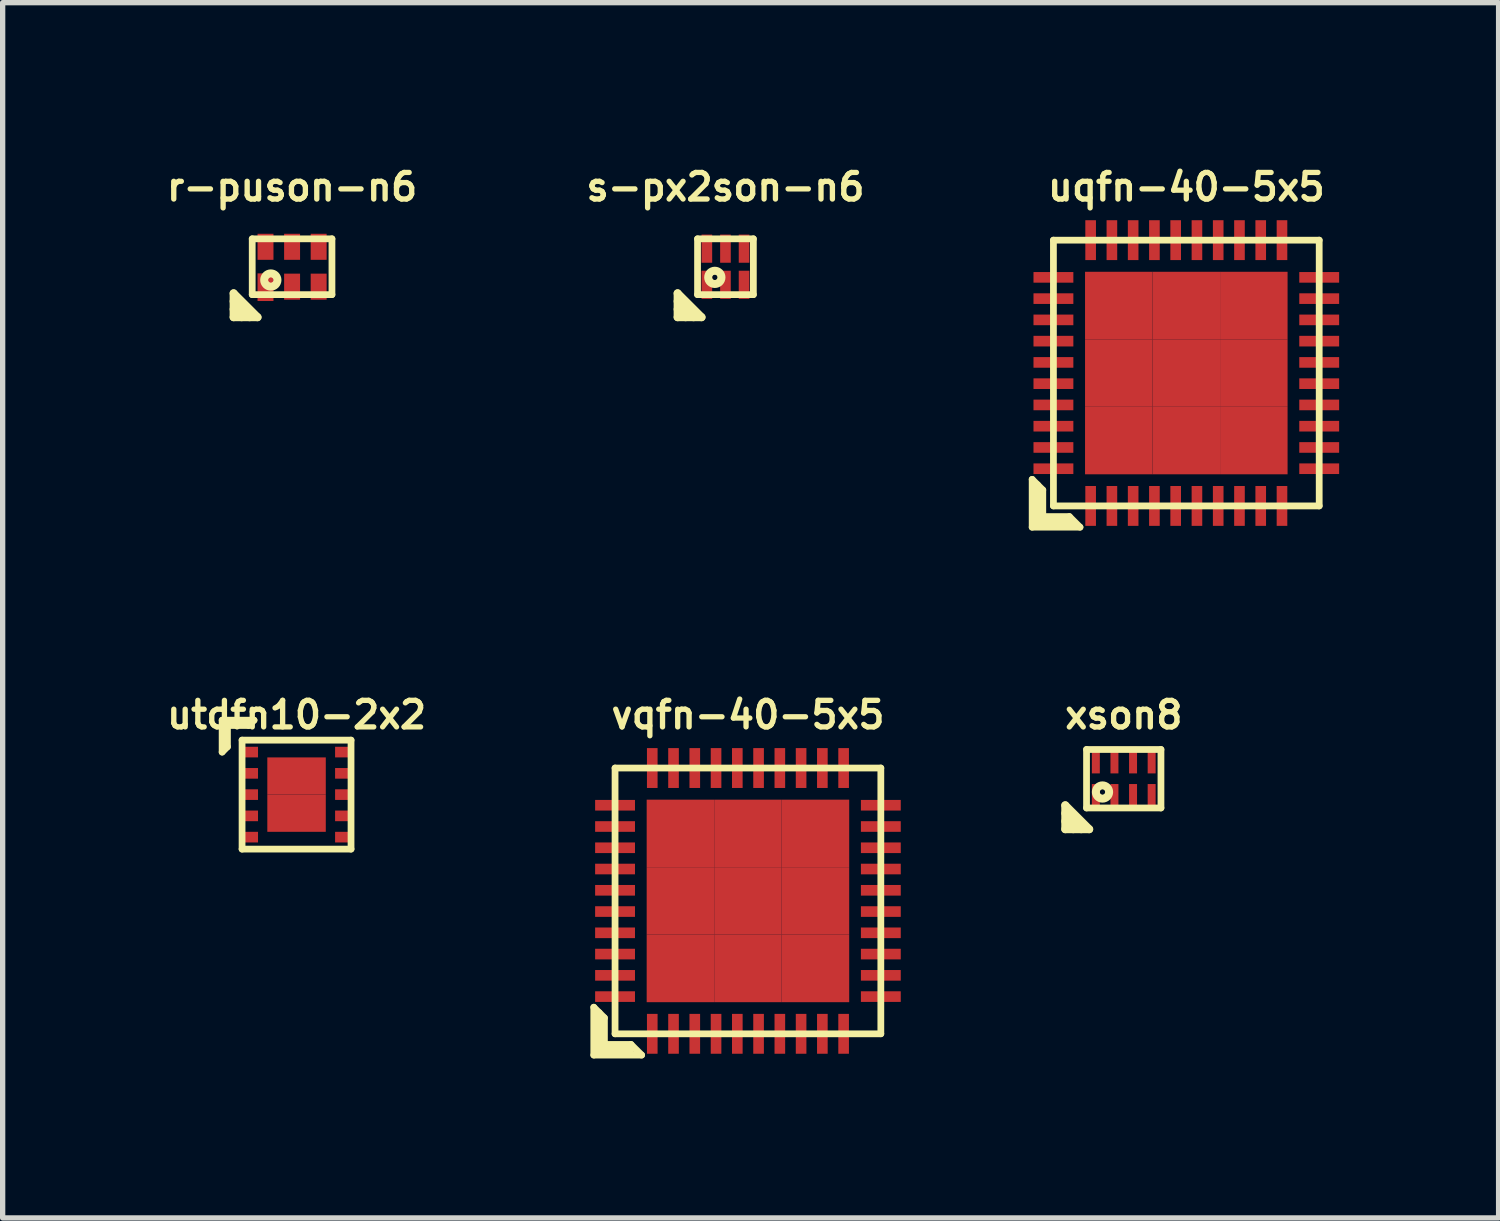
<source format=kicad_pcb>
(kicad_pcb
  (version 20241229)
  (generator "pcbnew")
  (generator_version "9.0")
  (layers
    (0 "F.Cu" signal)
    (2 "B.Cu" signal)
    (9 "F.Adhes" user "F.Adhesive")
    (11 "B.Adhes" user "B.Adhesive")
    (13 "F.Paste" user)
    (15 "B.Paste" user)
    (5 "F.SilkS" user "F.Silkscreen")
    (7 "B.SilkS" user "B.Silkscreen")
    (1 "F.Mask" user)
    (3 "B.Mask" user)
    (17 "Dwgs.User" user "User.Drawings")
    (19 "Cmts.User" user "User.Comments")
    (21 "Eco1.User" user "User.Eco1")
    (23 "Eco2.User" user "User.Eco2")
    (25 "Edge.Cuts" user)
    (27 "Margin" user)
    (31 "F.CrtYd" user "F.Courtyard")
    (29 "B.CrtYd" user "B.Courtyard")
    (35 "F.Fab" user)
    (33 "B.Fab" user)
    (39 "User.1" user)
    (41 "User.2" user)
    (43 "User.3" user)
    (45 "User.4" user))
  (footprint "utdfn10-2x2"
    (layer "F.Cu")
    (at 2.529 11.899)
    (property "Reference" "utdfn10-2x2" (at 0 -1.5 0) (layer "F.SilkS") (effects (font (size 0.5 0.5) (thickness 0.1))))
    (attr through_hole)
    (fp_line (start -1.4 -1.4) (end -0.8 -1.4) (stroke (width 0.127) (type solid)) (layer "F.SilkS"))
    (fp_line (start -1.4 -0.8) (end -1.4 -1.4) (stroke (width 0.127) (type solid)) (layer "F.SilkS"))
    (fp_line (start -1.3 -1.3) (end -1.3 -0.9) (stroke (width 0.127) (type solid)) (layer "F.SilkS"))
    (fp_line (start -1.3 -0.9) (end -1.4 -0.8) (stroke (width 0.127) (type solid)) (layer "F.SilkS"))
    (fp_line (start -1.025 -1.025) (end -1.025 1.025) (stroke (width 0.127) (type solid)) (layer "F.SilkS"))
    (fp_line (start -1.025 1.025) (end 1.025 1.025) (stroke (width 0.127) (type solid)) (layer "F.SilkS"))
    (fp_line (start -0.9 -1.3) (end -1.3 -1.3) (stroke (width 0.127) (type solid)) (layer "F.SilkS"))
    (fp_line (start -0.8 -1.4) (end -0.9 -1.3) (stroke (width 0.127) (type solid)) (layer "F.SilkS"))
    (fp_line (start 1.025 -1.025) (end -1.025 -1.025) (stroke (width 0.127) (type solid)) (layer "F.SilkS"))
    (fp_line (start 1.025 1.025) (end 1.025 -1.025) (stroke (width 0.127) (type solid)) (layer "F.SilkS"))
    (pad "1" smd rect (at -0.875 -0.8) (size 0.3 0.2) (layers "F.Cu" "F.Mask" "F.Paste"))
    (pad "2" smd rect (at -0.875 -0.4) (size 0.3 0.2) (layers "F.Cu" "F.Mask" "F.Paste"))
    (pad "3" smd rect (at -0.875 0) (size 0.3 0.2) (layers "F.Cu" "F.Mask" "F.Paste"))
    (pad "4" smd rect (at -0.875 0.4) (size 0.3 0.2) (layers "F.Cu" "F.Mask" "F.Paste"))
    (pad "5" smd rect (at -0.875 0.8) (size 0.3 0.2) (layers "F.Cu" "F.Mask" "F.Paste"))
    (pad "6" smd rect (at 0.875 0.8) (size 0.3 0.2) (layers "F.Cu" "F.Mask" "F.Paste"))
    (pad "7" smd rect (at 0.875 0.4) (size 0.3 0.2) (layers "F.Cu" "F.Mask" "F.Paste"))
    (pad "8" smd rect (at 0.875 0) (size 0.3 0.2) (layers "F.Cu" "F.Mask" "F.Paste"))
    (pad "9" smd rect (at 0.875 -0.4) (size 0.3 0.2) (layers "F.Cu" "F.Mask" "F.Paste"))
    (pad "10" smd rect (at 0.875 -0.8) (size 0.3 0.2) (layers "F.Cu" "F.Mask" "F.Paste"))
    (pad "11" smd rect (at 0 -0.35) (size 1.1 0.7) (layers "F.Cu" "F.Mask" "F.Paste"))
    (pad "11" smd rect (at 0 0.35) (size 1.1 0.7) (layers "F.Cu" "F.Mask" "F.Paste")))
  (footprint "xson8"
    (layer "F.Cu")
    (at 18.091 11.6)
    (property "Reference" "xson8" (at 0 -1.2 0) (layer "F.SilkS") (effects (font (size 0.5 0.5) (thickness 0.1))))
    (attr through_hole)
    (fp_line (start -1.1 0.5) (end -1.1 0.95) (stroke (width 0.15) (type solid)) (layer "F.SilkS"))
    (fp_line (start -1.1 0.95) (end -0.65 0.95) (stroke (width 0.15) (type solid)) (layer "F.SilkS"))
    (fp_line (start -0.95 0.95) (end -1.1 0.8) (stroke (width 0.15) (type solid)) (layer "F.SilkS"))
    (fp_line (start -0.8 0.95) (end -1.1 0.65) (stroke (width 0.15) (type solid)) (layer "F.SilkS"))
    (fp_line (start -0.7 -0.55) (end 0.7 -0.55) (stroke (width 0.127) (type solid)) (layer "F.SilkS"))
    (fp_line (start -0.7 0.55) (end -0.7 -0.55) (stroke (width 0.127) (type solid)) (layer "F.SilkS"))
    (fp_line (start -0.65 0.95) (end -1.1 0.5) (stroke (width 0.15) (type solid)) (layer "F.SilkS"))
    (fp_line (start 0.7 -0.55) (end 0.7 0.55) (stroke (width 0.127) (type solid)) (layer "F.SilkS"))
    (fp_line (start 0.7 0.55) (end -0.7 0.55) (stroke (width 0.127) (type solid)) (layer "F.SilkS"))
    (fp_circle (center -0.4 0.25) (end -0.35 0.25) (stroke (width 0.15) (type solid)) (fill no) (layer "F.SilkS"))
    (fp_circle (center -0.4 0.25) (end -0.28 0.25) (stroke (width 0.127) (type solid)) (fill no) (layer "F.SilkS"))
    (pad "1" smd rect (at -0.525 0.35) (size 0.15 0.5) (layers "F.Cu" "F.Mask" "F.Paste"))
    (pad "2" smd rect (at -0.175 0.35) (size 0.15 0.5) (layers "F.Cu" "F.Mask" "F.Paste"))
    (pad "3" smd rect (at 0.175 0.35) (size 0.15 0.5) (layers "F.Cu" "F.Mask" "F.Paste"))
    (pad "4" smd rect (at 0.525 0.35) (size 0.15 0.5) (layers "F.Cu" "F.Mask" "F.Paste"))
    (pad "5" smd rect (at 0.525 -0.35) (size 0.15 0.5) (layers "F.Cu" "F.Mask" "F.Paste"))
    (pad "6" smd rect (at 0.175 -0.35) (size 0.15 0.5) (layers "F.Cu" "F.Mask" "F.Paste"))
    (pad "7" smd rect (at -0.175 -0.35) (size 0.15 0.5) (layers "F.Cu" "F.Mask" "F.Paste"))
    (pad "8" smd rect (at -0.525 -0.35) (size 0.15 0.5) (layers "F.Cu" "F.Mask" "F.Paste")))
  (footprint "uqfn-40-5x5"
    (layer "F.Cu")
    (at 19.268 3.968)
    (property "Reference" "uqfn-40-5x5" (at 0 -3.5 0) (layer "F.SilkS") (effects (font (size 0.5 0.5) (thickness 0.1))))
    (attr through_hole)
    (fp_line (start -2.9 2) (end -2.9 2.9) (stroke (width 0.127) (type solid)) (layer "F.SilkS"))
    (fp_line (start -2.9 2.9) (end -2 2.9) (stroke (width 0.127) (type solid)) (layer "F.SilkS"))
    (fp_line (start -2.8 2.8) (end -2.8 2.1) (stroke (width 0.127) (type solid)) (layer "F.SilkS"))
    (fp_line (start -2.7 2.2) (end -2.9 2) (stroke (width 0.127) (type solid)) (layer "F.SilkS"))
    (fp_line (start -2.7 2.7) (end -2.7 2.2) (stroke (width 0.127) (type solid)) (layer "F.SilkS"))
    (fp_line (start -2.5 -2.5) (end 2.5 -2.5) (stroke (width 0.127) (type solid)) (layer "F.SilkS"))
    (fp_line (start -2.5 2.5) (end -2.5 -2.5) (stroke (width 0.127) (type solid)) (layer "F.SilkS"))
    (fp_line (start -2.2 2.7) (end -2.7 2.7) (stroke (width 0.127) (type solid)) (layer "F.SilkS"))
    (fp_line (start -2.2 2.8) (end -2.8 2.8) (stroke (width 0.127) (type solid)) (layer "F.SilkS"))
    (fp_line (start -2 2.9) (end -2.2 2.7) (stroke (width 0.127) (type solid)) (layer "F.SilkS"))
    (fp_line (start 2.5 -2.5) (end 2.5 2.5) (stroke (width 0.127) (type solid)) (layer "F.SilkS"))
    (fp_line (start 2.5 2.5) (end -2.5 2.5) (stroke (width 0.127) (type solid)) (layer "F.SilkS"))
    (pad "1" smd rect (at -1.8 2.5) (size 0.2 0.75) (layers "F.Cu" "F.Mask" "F.Paste"))
    (pad "2" smd rect (at -1.4 2.5) (size 0.2 0.75) (layers "F.Cu" "F.Mask" "F.Paste"))
    (pad "3" smd rect (at -1 2.5) (size 0.2 0.75) (layers "F.Cu" "F.Mask" "F.Paste"))
    (pad "4" smd rect (at -0.6 2.5) (size 0.2 0.75) (layers "F.Cu" "F.Mask" "F.Paste"))
    (pad "5" smd rect (at -0.2 2.5) (size 0.2 0.75) (layers "F.Cu" "F.Mask" "F.Paste"))
    (pad "6" smd rect (at 0.2 2.5) (size 0.2 0.75) (layers "F.Cu" "F.Mask" "F.Paste"))
    (pad "7" smd rect (at 0.6 2.5) (size 0.2 0.75) (layers "F.Cu" "F.Mask" "F.Paste"))
    (pad "8" smd rect (at 1 2.5) (size 0.2 0.75) (layers "F.Cu" "F.Mask" "F.Paste"))
    (pad "9" smd rect (at 1.4 2.5) (size 0.2 0.75) (layers "F.Cu" "F.Mask" "F.Paste"))
    (pad "10" smd rect (at 1.8 2.5) (size 0.2 0.75) (layers "F.Cu" "F.Mask" "F.Paste"))
    (pad "11" smd rect (at 2.5 1.8) (size 0.75 0.2) (layers "F.Cu" "F.Mask" "F.Paste"))
    (pad "12" smd rect (at 2.5 1.4) (size 0.75 0.2) (layers "F.Cu" "F.Mask" "F.Paste"))
    (pad "13" smd rect (at 2.5 1) (size 0.75 0.2) (layers "F.Cu" "F.Mask" "F.Paste"))
    (pad "14" smd rect (at 2.5 0.6) (size 0.75 0.2) (layers "F.Cu" "F.Mask" "F.Paste"))
    (pad "15" smd rect (at 2.5 0.2) (size 0.75 0.2) (layers "F.Cu" "F.Mask" "F.Paste"))
    (pad "16" smd rect (at 2.5 -0.2) (size 0.75 0.2) (layers "F.Cu" "F.Mask" "F.Paste"))
    (pad "17" smd rect (at 2.5 -0.6) (size 0.75 0.2) (layers "F.Cu" "F.Mask" "F.Paste"))
    (pad "18" smd rect (at 2.5 -1) (size 0.75 0.2) (layers "F.Cu" "F.Mask" "F.Paste"))
    (pad "19" smd rect (at 2.5 -1.4) (size 0.75 0.2) (layers "F.Cu" "F.Mask" "F.Paste"))
    (pad "20" smd rect (at 2.5 -1.8) (size 0.75 0.2) (layers "F.Cu" "F.Mask" "F.Paste"))
    (pad "21" smd rect (at 1.8 -2.5) (size 0.2 0.75) (layers "F.Cu" "F.Mask" "F.Paste"))
    (pad "22" smd rect (at 1.4 -2.5) (size 0.2 0.75) (layers "F.Cu" "F.Mask" "F.Paste"))
    (pad "23" smd rect (at 1 -2.5) (size 0.2 0.75) (layers "F.Cu" "F.Mask" "F.Paste"))
    (pad "24" smd rect (at 0.6 -2.5) (size 0.2 0.75) (layers "F.Cu" "F.Mask" "F.Paste"))
    (pad "25" smd rect (at 0.2 -2.5) (size 0.2 0.75) (layers "F.Cu" "F.Mask" "F.Paste"))
    (pad "26" smd rect (at -0.2 -2.5) (size 0.2 0.75) (layers "F.Cu" "F.Mask" "F.Paste"))
    (pad "27" smd rect (at -0.6 -2.5) (size 0.2 0.75) (layers "F.Cu" "F.Mask" "F.Paste"))
    (pad "28" smd rect (at -1 -2.5) (size 0.2 0.75) (layers "F.Cu" "F.Mask" "F.Paste"))
    (pad "29" smd rect (at -1.4 -2.5) (size 0.2 0.75) (layers "F.Cu" "F.Mask" "F.Paste"))
    (pad "30" smd rect (at -1.8 -2.5) (size 0.2 0.75) (layers "F.Cu" "F.Mask" "F.Paste"))
    (pad "31" smd rect (at -2.5 -1.8) (size 0.75 0.2) (layers "F.Cu" "F.Mask" "F.Paste"))
    (pad "32" smd rect (at -2.5 -1.4) (size 0.75 0.2) (layers "F.Cu" "F.Mask" "F.Paste"))
    (pad "33" smd rect (at -2.5 -1) (size 0.75 0.2) (layers "F.Cu" "F.Mask" "F.Paste"))
    (pad "34" smd rect (at -2.5 -0.6) (size 0.75 0.2) (layers "F.Cu" "F.Mask" "F.Paste"))
    (pad "35" smd rect (at -2.5 -0.2) (size 0.75 0.2) (layers "F.Cu" "F.Mask" "F.Paste"))
    (pad "36" smd rect (at -2.5 0.2) (size 0.75 0.2) (layers "F.Cu" "F.Mask" "F.Paste"))
    (pad "37" smd rect (at -2.5 0.6) (size 0.75 0.2) (layers "F.Cu" "F.Mask" "F.Paste"))
    (pad "38" smd rect (at -2.5 1) (size 0.75 0.2) (layers "F.Cu" "F.Mask" "F.Paste"))
    (pad "39" smd rect (at -2.5 1.4) (size 0.75 0.2) (layers "F.Cu" "F.Mask" "F.Paste"))
    (pad "40" smd rect (at -2.5 1.8) (size 0.75 0.2) (layers "F.Cu" "F.Mask" "F.Paste"))
    (pad "41" smd rect (at -1.27 -1.27) (size 1.27 1.27) (layers "F.Cu" "F.Mask" "F.Paste"))
    (pad "41" smd rect (at -1.27 0) (size 1.27 1.27) (layers "F.Cu" "F.Mask" "F.Paste"))
    (pad "41" smd rect (at -1.27 1.27) (size 1.27 1.27) (layers "F.Cu" "F.Mask" "F.Paste"))
    (pad "41" smd rect (at 0 -1.27) (size 1.27 1.27) (layers "F.Cu" "F.Mask" "F.Paste"))
    (pad "41" smd rect (at 0 0) (size 1.27 1.27) (layers "F.Cu" "F.Mask" "F.Paste"))
    (pad "41" smd rect (at 0 1.27) (size 1.27 1.27) (layers "F.Cu" "F.Mask" "F.Paste"))
    (pad "41" smd rect (at 1.27 -1.27) (size 1.27 1.27) (layers "F.Cu" "F.Mask" "F.Paste"))
    (pad "41" smd rect (at 1.27 0) (size 1.27 1.27) (layers "F.Cu" "F.Mask" "F.Paste"))
    (pad "41" smd rect (at 1.27 1.27) (size 1.27 1.27) (layers "F.Cu" "F.Mask" "F.Paste")))
  (footprint "s-px2son-n6"
    (layer "F.Cu")
    (at 10.598 1.968)
    (property "Reference" "s-px2son-n6" (at 0 -1.5 0) (layer "F.SilkS") (effects (font (size 0.5 0.5) (thickness 0.1))))
    (attr through_hole)
    (fp_line (start -0.9 0.5) (end -0.9 0.95) (stroke (width 0.15) (type solid)) (layer "F.SilkS"))
    (fp_line (start -0.9 0.95) (end -0.45 0.95) (stroke (width 0.15) (type solid)) (layer "F.SilkS"))
    (fp_line (start -0.75 0.95) (end -0.9 0.8) (stroke (width 0.15) (type solid)) (layer "F.SilkS"))
    (fp_line (start -0.6 0.95) (end -0.9 0.65) (stroke (width 0.15) (type solid)) (layer "F.SilkS"))
    (fp_line (start -0.525 -0.525) (end 0.525 -0.525) (stroke (width 0.127) (type solid)) (layer "F.SilkS"))
    (fp_line (start -0.525 0.525) (end -0.525 -0.525) (stroke (width 0.127) (type solid)) (layer "F.SilkS"))
    (fp_line (start -0.45 0.95) (end -0.9 0.5) (stroke (width 0.15) (type solid)) (layer "F.SilkS"))
    (fp_line (start 0.525 -0.525) (end 0.525 0.525) (stroke (width 0.127) (type solid)) (layer "F.SilkS"))
    (fp_line (start 0.525 0.525) (end -0.525 0.525) (stroke (width 0.127) (type solid)) (layer "F.SilkS"))
    (fp_circle (center -0.2 0.2) (end -0.15 0.2) (stroke (width 0.15) (type solid)) (fill no) (layer "F.SilkS"))
    (fp_circle (center -0.2 0.2) (end -0.08 0.2) (stroke (width 0.127) (type solid)) (fill no) (layer "F.SilkS"))
    (pad "1" smd rect (at -0.35 0.34) (size 0.2 0.53) (layers "F.Cu" "F.Mask" "F.Paste"))
    (pad "2" smd rect (at 0 0.34) (size 0.2 0.53) (layers "F.Cu" "F.Mask" "F.Paste"))
    (pad "3" smd rect (at 0.35 0.34) (size 0.2 0.53) (layers "F.Cu" "F.Mask" "F.Paste"))
    (pad "4" smd rect (at 0.35 -0.34) (size 0.2 0.53) (layers "F.Cu" "F.Mask" "F.Paste"))
    (pad "5" smd rect (at 0 -0.34) (size 0.2 0.53) (layers "F.Cu" "F.Mask" "F.Paste"))
    (pad "6" smd rect (at -0.35 -0.34) (size 0.2 0.53) (layers "F.Cu" "F.Mask" "F.Paste")))
  (footprint "vqfn-40-5x5"
    (layer "F.Cu")
    (at 11.021 13.899)
    (property "Reference" "vqfn-40-5x5" (at 0 -3.5 0) (layer "F.SilkS") (effects (font (size 0.5 0.5) (thickness 0.1))))
    (attr through_hole)
    (fp_line (start -2.9 2) (end -2.9 2.9) (stroke (width 0.127) (type solid)) (layer "F.SilkS"))
    (fp_line (start -2.9 2.9) (end -2 2.9) (stroke (width 0.127) (type solid)) (layer "F.SilkS"))
    (fp_line (start -2.8 2.8) (end -2.8 2.1) (stroke (width 0.127) (type solid)) (layer "F.SilkS"))
    (fp_line (start -2.7 2.2) (end -2.9 2) (stroke (width 0.127) (type solid)) (layer "F.SilkS"))
    (fp_line (start -2.7 2.7) (end -2.7 2.2) (stroke (width 0.127) (type solid)) (layer "F.SilkS"))
    (fp_line (start -2.5 -2.5) (end 2.5 -2.5) (stroke (width 0.127) (type solid)) (layer "F.SilkS"))
    (fp_line (start -2.5 2.5) (end -2.5 -2.5) (stroke (width 0.127) (type solid)) (layer "F.SilkS"))
    (fp_line (start -2.2 2.7) (end -2.7 2.7) (stroke (width 0.127) (type solid)) (layer "F.SilkS"))
    (fp_line (start -2.2 2.8) (end -2.8 2.8) (stroke (width 0.127) (type solid)) (layer "F.SilkS"))
    (fp_line (start -2 2.9) (end -2.2 2.7) (stroke (width 0.127) (type solid)) (layer "F.SilkS"))
    (fp_line (start 2.5 -2.5) (end 2.5 2.5) (stroke (width 0.127) (type solid)) (layer "F.SilkS"))
    (fp_line (start 2.5 2.5) (end -2.5 2.5) (stroke (width 0.127) (type solid)) (layer "F.SilkS"))
    (pad "1" smd rect (at -1.8 2.5) (size 0.2 0.75) (layers "F.Cu" "F.Mask" "F.Paste"))
    (pad "2" smd rect (at -1.4 2.5) (size 0.2 0.75) (layers "F.Cu" "F.Mask" "F.Paste"))
    (pad "3" smd rect (at -1 2.5) (size 0.2 0.75) (layers "F.Cu" "F.Mask" "F.Paste"))
    (pad "4" smd rect (at -0.6 2.5) (size 0.2 0.75) (layers "F.Cu" "F.Mask" "F.Paste"))
    (pad "5" smd rect (at -0.2 2.5) (size 0.2 0.75) (layers "F.Cu" "F.Mask" "F.Paste"))
    (pad "6" smd rect (at 0.2 2.5) (size 0.2 0.75) (layers "F.Cu" "F.Mask" "F.Paste"))
    (pad "7" smd rect (at 0.6 2.5) (size 0.2 0.75) (layers "F.Cu" "F.Mask" "F.Paste"))
    (pad "8" smd rect (at 1 2.5) (size 0.2 0.75) (layers "F.Cu" "F.Mask" "F.Paste"))
    (pad "9" smd rect (at 1.4 2.5) (size 0.2 0.75) (layers "F.Cu" "F.Mask" "F.Paste"))
    (pad "10" smd rect (at 1.8 2.5) (size 0.2 0.75) (layers "F.Cu" "F.Mask" "F.Paste"))
    (pad "11" smd rect (at 2.5 1.8) (size 0.75 0.2) (layers "F.Cu" "F.Mask" "F.Paste"))
    (pad "12" smd rect (at 2.5 1.4) (size 0.75 0.2) (layers "F.Cu" "F.Mask" "F.Paste"))
    (pad "13" smd rect (at 2.5 1) (size 0.75 0.2) (layers "F.Cu" "F.Mask" "F.Paste"))
    (pad "14" smd rect (at 2.5 0.6) (size 0.75 0.2) (layers "F.Cu" "F.Mask" "F.Paste"))
    (pad "15" smd rect (at 2.5 0.2) (size 0.75 0.2) (layers "F.Cu" "F.Mask" "F.Paste"))
    (pad "16" smd rect (at 2.5 -0.2) (size 0.75 0.2) (layers "F.Cu" "F.Mask" "F.Paste"))
    (pad "17" smd rect (at 2.5 -0.6) (size 0.75 0.2) (layers "F.Cu" "F.Mask" "F.Paste"))
    (pad "18" smd rect (at 2.5 -1) (size 0.75 0.2) (layers "F.Cu" "F.Mask" "F.Paste"))
    (pad "19" smd rect (at 2.5 -1.4) (size 0.75 0.2) (layers "F.Cu" "F.Mask" "F.Paste"))
    (pad "20" smd rect (at 2.5 -1.8) (size 0.75 0.2) (layers "F.Cu" "F.Mask" "F.Paste"))
    (pad "21" smd rect (at 1.8 -2.5) (size 0.2 0.75) (layers "F.Cu" "F.Mask" "F.Paste"))
    (pad "22" smd rect (at 1.4 -2.5) (size 0.2 0.75) (layers "F.Cu" "F.Mask" "F.Paste"))
    (pad "23" smd rect (at 1 -2.5) (size 0.2 0.75) (layers "F.Cu" "F.Mask" "F.Paste"))
    (pad "24" smd rect (at 0.6 -2.5) (size 0.2 0.75) (layers "F.Cu" "F.Mask" "F.Paste"))
    (pad "25" smd rect (at 0.2 -2.5) (size 0.2 0.75) (layers "F.Cu" "F.Mask" "F.Paste"))
    (pad "26" smd rect (at -0.2 -2.5) (size 0.2 0.75) (layers "F.Cu" "F.Mask" "F.Paste"))
    (pad "27" smd rect (at -0.6 -2.5) (size 0.2 0.75) (layers "F.Cu" "F.Mask" "F.Paste"))
    (pad "28" smd rect (at -1 -2.5) (size 0.2 0.75) (layers "F.Cu" "F.Mask" "F.Paste"))
    (pad "29" smd rect (at -1.4 -2.5) (size 0.2 0.75) (layers "F.Cu" "F.Mask" "F.Paste"))
    (pad "30" smd rect (at -1.8 -2.5) (size 0.2 0.75) (layers "F.Cu" "F.Mask" "F.Paste"))
    (pad "31" smd rect (at -2.5 -1.8) (size 0.75 0.2) (layers "F.Cu" "F.Mask" "F.Paste"))
    (pad "32" smd rect (at -2.5 -1.4) (size 0.75 0.2) (layers "F.Cu" "F.Mask" "F.Paste"))
    (pad "33" smd rect (at -2.5 -1) (size 0.75 0.2) (layers "F.Cu" "F.Mask" "F.Paste"))
    (pad "34" smd rect (at -2.5 -0.6) (size 0.75 0.2) (layers "F.Cu" "F.Mask" "F.Paste"))
    (pad "35" smd rect (at -2.5 -0.2) (size 0.75 0.2) (layers "F.Cu" "F.Mask" "F.Paste"))
    (pad "36" smd rect (at -2.5 0.2) (size 0.75 0.2) (layers "F.Cu" "F.Mask" "F.Paste"))
    (pad "37" smd rect (at -2.5 0.6) (size 0.75 0.2) (layers "F.Cu" "F.Mask" "F.Paste"))
    (pad "38" smd rect (at -2.5 1) (size 0.75 0.2) (layers "F.Cu" "F.Mask" "F.Paste"))
    (pad "39" smd rect (at -2.5 1.4) (size 0.75 0.2) (layers "F.Cu" "F.Mask" "F.Paste"))
    (pad "40" smd rect (at -2.5 1.8) (size 0.75 0.2) (layers "F.Cu" "F.Mask" "F.Paste"))
    (pad "41" smd rect (at -1.27 -1.27) (size 1.27 1.27) (layers "F.Cu" "F.Mask" "F.Paste"))
    (pad "41" smd rect (at -1.27 0) (size 1.27 1.27) (layers "F.Cu" "F.Mask" "F.Paste"))
    (pad "41" smd rect (at -1.27 1.27) (size 1.27 1.27) (layers "F.Cu" "F.Mask" "F.Paste"))
    (pad "41" smd rect (at 0 -1.27) (size 1.27 1.27) (layers "F.Cu" "F.Mask" "F.Paste"))
    (pad "41" smd rect (at 0 0) (size 1.27 1.27) (layers "F.Cu" "F.Mask" "F.Paste"))
    (pad "41" smd rect (at 0 1.27) (size 1.27 1.27) (layers "F.Cu" "F.Mask" "F.Paste"))
    (pad "41" smd rect (at 1.27 -1.27) (size 1.27 1.27) (layers "F.Cu" "F.Mask" "F.Paste"))
    (pad "41" smd rect (at 1.27 0) (size 1.27 1.27) (layers "F.Cu" "F.Mask" "F.Paste"))
    (pad "41" smd rect (at 1.27 1.27) (size 1.27 1.27) (layers "F.Cu" "F.Mask" "F.Paste")))
  (footprint "r-puson-n6"
    (layer "F.Cu")
    (at 2.445 1.968)
    (property "Reference" "r-puson-n6" (at 0 -1.5 0) (layer "F.SilkS") (effects (font (size 0.5 0.5) (thickness 0.1))))
    (attr through_hole)
    (fp_line (start -1.1 0.5) (end -1.1 0.95) (stroke (width 0.15) (type solid)) (layer "F.SilkS"))
    (fp_line (start -1.1 0.95) (end -0.65 0.95) (stroke (width 0.15) (type solid)) (layer "F.SilkS"))
    (fp_line (start -0.95 0.95) (end -1.1 0.8) (stroke (width 0.15) (type solid)) (layer "F.SilkS"))
    (fp_line (start -0.8 0.95) (end -1.1 0.65) (stroke (width 0.15) (type solid)) (layer "F.SilkS"))
    (fp_line (start -0.75 -0.525) (end 0.75 -0.525) (stroke (width 0.127) (type solid)) (layer "F.SilkS"))
    (fp_line (start -0.75 0.525) (end -0.75 -0.525) (stroke (width 0.127) (type solid)) (layer "F.SilkS"))
    (fp_line (start -0.65 0.95) (end -1.1 0.5) (stroke (width 0.15) (type solid)) (layer "F.SilkS"))
    (fp_line (start 0.75 -0.525) (end 0.75 0.525) (stroke (width 0.127) (type solid)) (layer "F.SilkS"))
    (fp_line (start 0.75 0.525) (end -0.75 0.525) (stroke (width 0.127) (type solid)) (layer "F.SilkS"))
    (fp_circle (center -0.4 0.25) (end -0.35 0.25) (stroke (width 0.15) (type solid)) (fill no) (layer "F.SilkS"))
    (fp_circle (center -0.4 0.25) (end -0.28 0.25) (stroke (width 0.127) (type solid)) (fill no) (layer "F.SilkS"))
    (pad "1" smd rect (at -0.5 0.385) (size 0.3 0.52) (layers "F.Cu" "F.Mask" "F.Paste"))
    (pad "2" smd rect (at 0 0.375) (size 0.3 0.49) (layers "F.Cu" "F.Mask" "F.Paste"))
    (pad "3" smd rect (at 0.5 0.375) (size 0.3 0.49) (layers "F.Cu" "F.Mask" "F.Paste"))
    (pad "4" smd rect (at 0.5 -0.375) (size 0.3 0.49) (layers "F.Cu" "F.Mask" "F.Paste"))
    (pad "5" smd rect (at 0 -0.375) (size 0.3 0.49) (layers "F.Cu" "F.Mask" "F.Paste"))
    (pad "6" smd rect (at -0.5 -0.375) (size 0.3 0.49) (layers "F.Cu" "F.Mask" "F.Paste")))
  (gr_rect
    (start -3 -3)
    (end 25.143 19.863)
    (stroke (width 0.1) (type default))
    (fill no)
    (layer "Edge.Cuts")))
</source>
